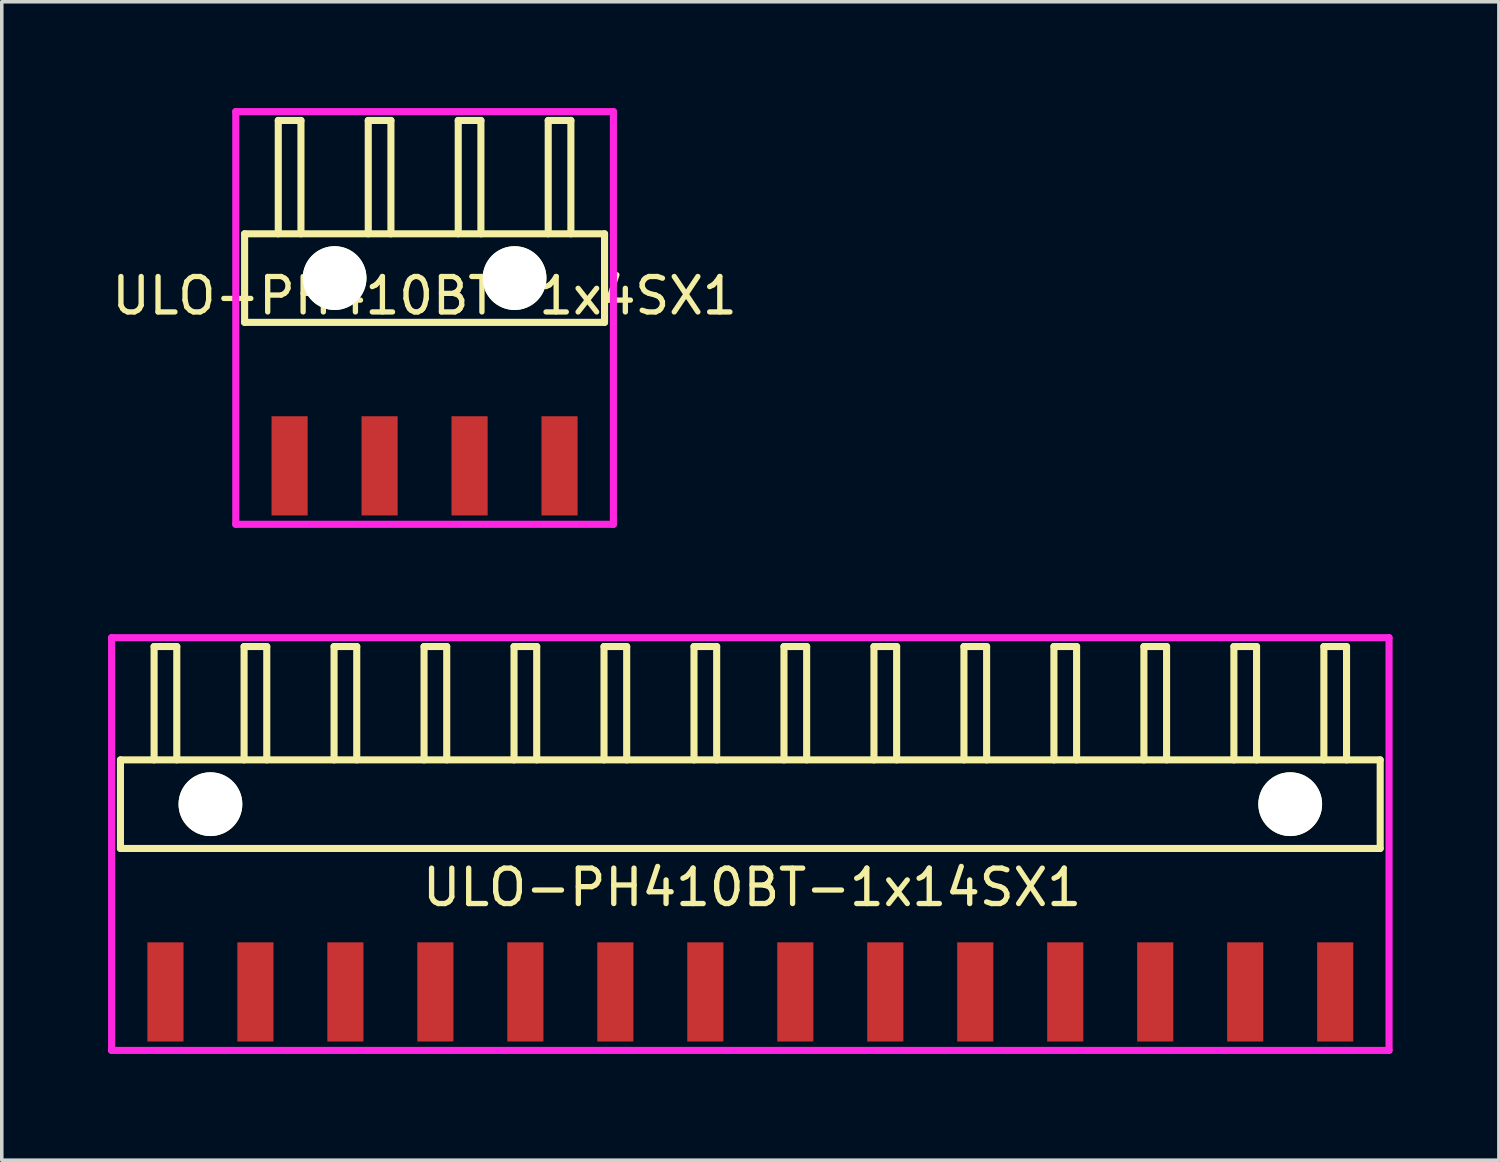
<source format=kicad_pcb>
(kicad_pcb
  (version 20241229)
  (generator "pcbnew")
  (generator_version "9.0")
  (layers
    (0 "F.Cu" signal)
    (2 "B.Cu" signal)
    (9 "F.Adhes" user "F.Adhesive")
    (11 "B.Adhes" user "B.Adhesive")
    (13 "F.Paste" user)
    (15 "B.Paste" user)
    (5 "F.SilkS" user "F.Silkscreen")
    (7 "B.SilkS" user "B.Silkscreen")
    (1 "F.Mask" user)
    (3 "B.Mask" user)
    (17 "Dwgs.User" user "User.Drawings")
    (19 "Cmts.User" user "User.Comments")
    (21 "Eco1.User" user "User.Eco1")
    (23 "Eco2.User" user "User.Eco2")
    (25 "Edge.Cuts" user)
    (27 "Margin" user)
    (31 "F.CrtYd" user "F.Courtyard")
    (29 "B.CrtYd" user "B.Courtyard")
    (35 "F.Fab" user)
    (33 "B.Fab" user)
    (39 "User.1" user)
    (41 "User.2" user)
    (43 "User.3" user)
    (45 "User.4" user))
  (footprint "ULO-PH410BT-1x14SX1"
    (layer "F.Cu")
    (at 18.13 19.65)
    (property "Reference" "ULO-PH410BT-1x14SX1" (at 0.05 2.35 0) (layer "F.SilkS") (effects (font (size 1 1) (thickness 0.15))))
    (attr through_hole)
    (fp_line (start -17.78 -1.25) (end 17.78 -1.25) (stroke (width 0.2) (type solid)) (layer "F.SilkS"))
    (fp_line (start -17.78 1.25) (end -17.78 -1.25) (stroke (width 0.2) (type solid)) (layer "F.SilkS"))
    (fp_line (start -17.78 1.25) (end 17.78 1.25) (stroke (width 0.2) (type solid)) (layer "F.SilkS"))
    (fp_line (start -16.83 -4.45) (end -16.19 -4.45) (stroke (width 0.2) (type solid)) (layer "F.SilkS"))
    (fp_line (start -16.83 -1.25) (end -16.83 -4.45) (stroke (width 0.2) (type solid)) (layer "F.SilkS"))
    (fp_line (start -16.19 -4.45) (end -16.19 -1.25) (stroke (width 0.2) (type solid)) (layer "F.SilkS"))
    (fp_line (start -14.29 -4.45) (end -13.65 -4.45) (stroke (width 0.2) (type solid)) (layer "F.SilkS"))
    (fp_line (start -14.29 -1.25) (end -14.29 -4.45) (stroke (width 0.2) (type solid)) (layer "F.SilkS"))
    (fp_line (start -13.65 -4.45) (end -13.65 -1.25) (stroke (width 0.2) (type solid)) (layer "F.SilkS"))
    (fp_line (start -11.75 -4.45) (end -11.11 -4.45) (stroke (width 0.2) (type solid)) (layer "F.SilkS"))
    (fp_line (start -11.75 -1.25) (end -11.75 -4.45) (stroke (width 0.2) (type solid)) (layer "F.SilkS"))
    (fp_line (start -11.11 -4.45) (end -11.11 -1.25) (stroke (width 0.2) (type solid)) (layer "F.SilkS"))
    (fp_line (start -9.21 -4.45) (end -8.57 -4.45) (stroke (width 0.2) (type solid)) (layer "F.SilkS"))
    (fp_line (start -9.21 -1.25) (end -9.21 -4.45) (stroke (width 0.2) (type solid)) (layer "F.SilkS"))
    (fp_line (start -8.57 -4.45) (end -8.57 -1.25) (stroke (width 0.2) (type solid)) (layer "F.SilkS"))
    (fp_line (start -6.67 -4.45) (end -6.03 -4.45) (stroke (width 0.2) (type solid)) (layer "F.SilkS"))
    (fp_line (start -6.67 -1.25) (end -6.67 -4.45) (stroke (width 0.2) (type solid)) (layer "F.SilkS"))
    (fp_line (start -6.03 -4.45) (end -6.03 -1.25) (stroke (width 0.2) (type solid)) (layer "F.SilkS"))
    (fp_line (start -4.13 -4.45) (end -3.49 -4.45) (stroke (width 0.2) (type solid)) (layer "F.SilkS"))
    (fp_line (start -4.13 -1.25) (end -4.13 -4.45) (stroke (width 0.2) (type solid)) (layer "F.SilkS"))
    (fp_line (start -3.49 -4.45) (end -3.49 -1.25) (stroke (width 0.2) (type solid)) (layer "F.SilkS"))
    (fp_line (start -1.59 -4.45) (end -0.95 -4.45) (stroke (width 0.2) (type solid)) (layer "F.SilkS"))
    (fp_line (start -1.59 -1.25) (end -1.59 -4.45) (stroke (width 0.2) (type solid)) (layer "F.SilkS"))
    (fp_line (start -0.95 -4.45) (end -0.95 -1.25) (stroke (width 0.2) (type solid)) (layer "F.SilkS"))
    (fp_line (start 0.95 -4.45) (end 1.59 -4.45) (stroke (width 0.2) (type solid)) (layer "F.SilkS"))
    (fp_line (start 0.95 -1.25) (end 0.95 -4.45) (stroke (width 0.2) (type solid)) (layer "F.SilkS"))
    (fp_line (start 1.59 -4.45) (end 1.59 -1.25) (stroke (width 0.2) (type solid)) (layer "F.SilkS"))
    (fp_line (start 3.49 -4.45) (end 4.13 -4.45) (stroke (width 0.2) (type solid)) (layer "F.SilkS"))
    (fp_line (start 3.49 -1.25) (end 3.49 -4.45) (stroke (width 0.2) (type solid)) (layer "F.SilkS"))
    (fp_line (start 4.13 -4.45) (end 4.13 -1.25) (stroke (width 0.2) (type solid)) (layer "F.SilkS"))
    (fp_line (start 6.03 -4.45) (end 6.67 -4.45) (stroke (width 0.2) (type solid)) (layer "F.SilkS"))
    (fp_line (start 6.03 -1.25) (end 6.03 -4.45) (stroke (width 0.2) (type solid)) (layer "F.SilkS"))
    (fp_line (start 6.67 -4.45) (end 6.67 -1.25) (stroke (width 0.2) (type solid)) (layer "F.SilkS"))
    (fp_line (start 8.57 -4.45) (end 9.21 -4.45) (stroke (width 0.2) (type solid)) (layer "F.SilkS"))
    (fp_line (start 8.57 -1.25) (end 8.57 -4.45) (stroke (width 0.2) (type solid)) (layer "F.SilkS"))
    (fp_line (start 9.21 -4.45) (end 9.21 -1.25) (stroke (width 0.2) (type solid)) (layer "F.SilkS"))
    (fp_line (start 11.11 -4.45) (end 11.75 -4.45) (stroke (width 0.2) (type solid)) (layer "F.SilkS"))
    (fp_line (start 11.11 -1.25) (end 11.11 -4.45) (stroke (width 0.2) (type solid)) (layer "F.SilkS"))
    (fp_line (start 11.75 -4.45) (end 11.75 -1.25) (stroke (width 0.2) (type solid)) (layer "F.SilkS"))
    (fp_line (start 13.65 -4.45) (end 14.29 -4.45) (stroke (width 0.2) (type solid)) (layer "F.SilkS"))
    (fp_line (start 13.65 -1.25) (end 13.65 -4.45) (stroke (width 0.2) (type solid)) (layer "F.SilkS"))
    (fp_line (start 14.29 -4.45) (end 14.29 -1.25) (stroke (width 0.2) (type solid)) (layer "F.SilkS"))
    (fp_line (start 16.19 -4.45) (end 16.83 -4.45) (stroke (width 0.2) (type solid)) (layer "F.SilkS"))
    (fp_line (start 16.19 -1.25) (end 16.19 -4.45) (stroke (width 0.2) (type solid)) (layer "F.SilkS"))
    (fp_line (start 16.83 -4.45) (end 16.83 -1.25) (stroke (width 0.2) (type solid)) (layer "F.SilkS"))
    (fp_line (start 17.78 1.25) (end 17.78 -1.25) (stroke (width 0.2) (type solid)) (layer "F.SilkS"))
    (fp_line (start -18.03 -4.7) (end 18.03 -4.7) (stroke (width 0.2) (type solid)) (layer "F.CrtYd"))
    (fp_line (start -18.03 6.95) (end -18.03 -4.7) (stroke (width 0.2) (type solid)) (layer "F.CrtYd"))
    (fp_line (start 18.03 -4.7) (end 18.03 6.95) (stroke (width 0.2) (type solid)) (layer "F.CrtYd"))
    (fp_line (start 18.03 6.95) (end -18.03 6.95) (stroke (width 0.2) (type solid)) (layer "F.CrtYd"))
    (pad "" np_thru_hole circle (at -15.24 0) (size 1.8 1.8) (drill 1.8) (layers "*.Cu" "*.Mask" "F.SilkS"))
    (pad "" np_thru_hole circle (at 15.24 0) (size 1.8 1.8) (drill 1.8) (layers "*.Cu" "*.Mask" "F.SilkS"))
    (pad "1" smd rect (at -16.51 5.3) (size 1.02 2.8) (layers "F.Cu" "F.Mask" "F.Paste"))
    (pad "2" smd rect (at -13.97 5.3) (size 1.02 2.8) (layers "F.Cu" "F.Mask" "F.Paste"))
    (pad "3" smd rect (at -11.43 5.3) (size 1.02 2.8) (layers "F.Cu" "F.Mask" "F.Paste"))
    (pad "4" smd rect (at -8.89 5.3) (size 1.02 2.8) (layers "F.Cu" "F.Mask" "F.Paste"))
    (pad "5" smd rect (at -6.35 5.3) (size 1.02 2.8) (layers "F.Cu" "F.Mask" "F.Paste"))
    (pad "6" smd rect (at -3.81 5.3) (size 1.02 2.8) (layers "F.Cu" "F.Mask" "F.Paste"))
    (pad "7" smd rect (at -1.27 5.3) (size 1.02 2.8) (layers "F.Cu" "F.Mask" "F.Paste"))
    (pad "8" smd rect (at 1.27 5.3) (size 1.02 2.8) (layers "F.Cu" "F.Mask" "F.Paste"))
    (pad "9" smd rect (at 3.81 5.3) (size 1.02 2.8) (layers "F.Cu" "F.Mask" "F.Paste"))
    (pad "10" smd rect (at 6.35 5.3) (size 1.02 2.8) (layers "F.Cu" "F.Mask" "F.Paste"))
    (pad "11" smd rect (at 8.89 5.3) (size 1.02 2.8) (layers "F.Cu" "F.Mask" "F.Paste"))
    (pad "12" smd rect (at 11.43 5.3) (size 1.02 2.8) (layers "F.Cu" "F.Mask" "F.Paste"))
    (pad "13" smd rect (at 13.97 5.3) (size 1.02 2.8) (layers "F.Cu" "F.Mask" "F.Paste"))
    (pad "14" smd rect (at 16.51 5.3) (size 1.02 2.8) (layers "F.Cu" "F.Mask" "F.Paste")))
  (footprint "ULO-PH410BT-1x4SX1"
    (layer "F.Cu")
    (at 8.935 4.8)
    (property "Reference" "ULO-PH410BT-1x4SX1" (at 0 0.5 0) (layer "F.SilkS") (effects (font (size 1 1) (thickness 0.15))))
    (attr through_hole)
    (fp_line (start -5.08 -1.25) (end 5.08 -1.25) (stroke (width 0.2) (type solid)) (layer "F.SilkS"))
    (fp_line (start -5.08 1.25) (end -5.08 -1.25) (stroke (width 0.2) (type solid)) (layer "F.SilkS"))
    (fp_line (start -5.08 1.25) (end 5.08 1.25) (stroke (width 0.2) (type solid)) (layer "F.SilkS"))
    (fp_line (start -4.13 -4.45) (end -3.49 -4.45) (stroke (width 0.2) (type solid)) (layer "F.SilkS"))
    (fp_line (start -4.13 -1.25) (end -4.13 -4.45) (stroke (width 0.2) (type solid)) (layer "F.SilkS"))
    (fp_line (start -3.49 -4.45) (end -3.49 -1.25) (stroke (width 0.2) (type solid)) (layer "F.SilkS"))
    (fp_line (start -1.59 -4.45) (end -0.95 -4.45) (stroke (width 0.2) (type solid)) (layer "F.SilkS"))
    (fp_line (start -1.59 -1.25) (end -1.59 -4.45) (stroke (width 0.2) (type solid)) (layer "F.SilkS"))
    (fp_line (start -0.95 -4.45) (end -0.95 -1.25) (stroke (width 0.2) (type solid)) (layer "F.SilkS"))
    (fp_line (start 0.95 -4.45) (end 1.59 -4.45) (stroke (width 0.2) (type solid)) (layer "F.SilkS"))
    (fp_line (start 0.95 -1.25) (end 0.95 -4.45) (stroke (width 0.2) (type solid)) (layer "F.SilkS"))
    (fp_line (start 1.59 -4.45) (end 1.59 -1.25) (stroke (width 0.2) (type solid)) (layer "F.SilkS"))
    (fp_line (start 3.49 -4.45) (end 4.13 -4.45) (stroke (width 0.2) (type solid)) (layer "F.SilkS"))
    (fp_line (start 3.49 -1.25) (end 3.49 -4.45) (stroke (width 0.2) (type solid)) (layer "F.SilkS"))
    (fp_line (start 4.13 -4.45) (end 4.13 -1.25) (stroke (width 0.2) (type solid)) (layer "F.SilkS"))
    (fp_line (start 5.08 1.25) (end 5.08 -1.25) (stroke (width 0.2) (type solid)) (layer "F.SilkS"))
    (fp_line (start -5.33 -4.7) (end 5.33 -4.7) (stroke (width 0.2) (type solid)) (layer "F.CrtYd"))
    (fp_line (start -5.33 6.95) (end -5.33 -4.7) (stroke (width 0.2) (type solid)) (layer "F.CrtYd"))
    (fp_line (start 5.33 -4.7) (end 5.33 6.95) (stroke (width 0.2) (type solid)) (layer "F.CrtYd"))
    (fp_line (start 5.33 6.95) (end -5.33 6.95) (stroke (width 0.2) (type solid)) (layer "F.CrtYd"))
    (pad "" np_thru_hole circle (at -2.54 0) (size 1.8 1.8) (drill 1.8) (layers "*.Cu" "*.Mask" "F.SilkS"))
    (pad "" np_thru_hole circle (at 2.54 0) (size 1.8 1.8) (drill 1.8) (layers "*.Cu" "*.Mask" "F.SilkS"))
    (pad "1" smd rect (at -3.81 5.3) (size 1.02 2.8) (layers "F.Cu" "F.Mask" "F.Paste"))
    (pad "2" smd rect (at -1.27 5.3) (size 1.02 2.8) (layers "F.Cu" "F.Mask" "F.Paste"))
    (pad "3" smd rect (at 1.27 5.3) (size 1.02 2.8) (layers "F.Cu" "F.Mask" "F.Paste"))
    (pad "4" smd rect (at 3.81 5.3) (size 1.02 2.8) (layers "F.Cu" "F.Mask" "F.Paste")))
  (gr_rect
    (start -3 -3)
    (end 39.26 29.7)
    (stroke (width 0.1) (type default))
    (fill no)
    (layer "Edge.Cuts")))
</source>
